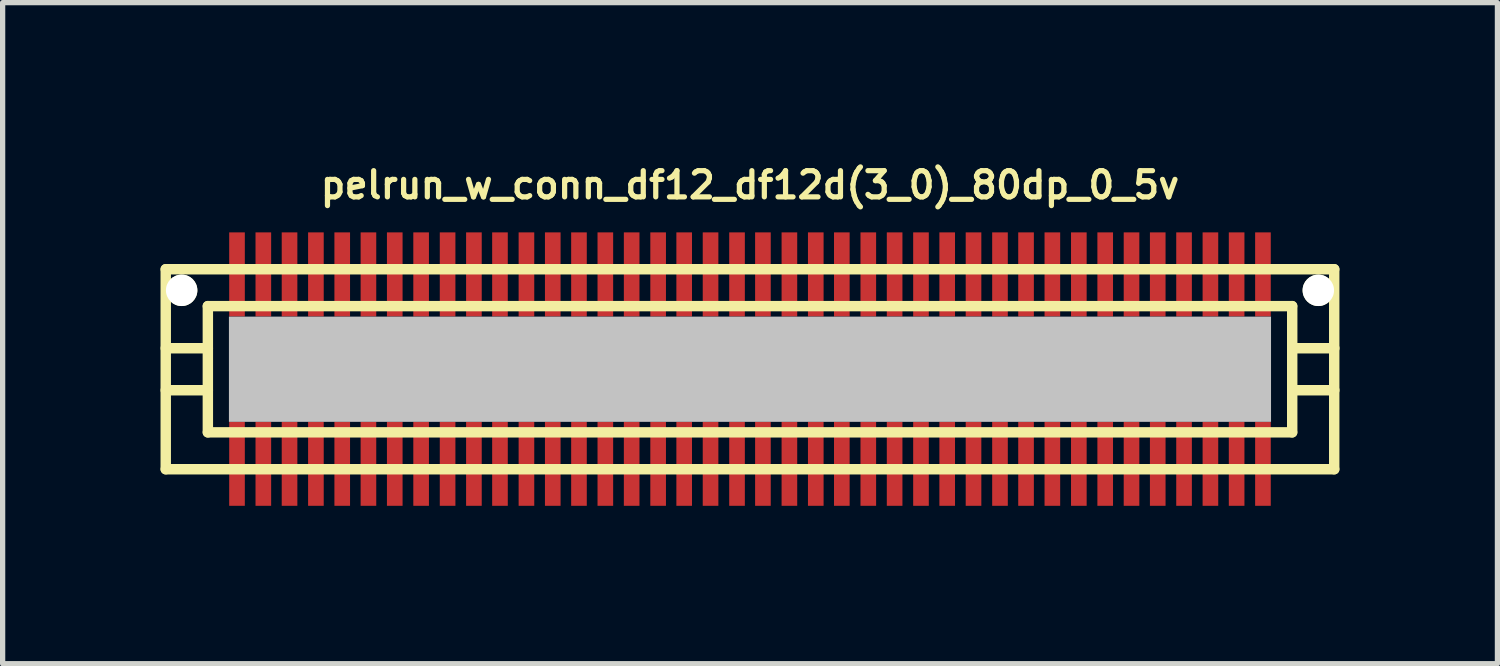
<source format=kicad_pcb>
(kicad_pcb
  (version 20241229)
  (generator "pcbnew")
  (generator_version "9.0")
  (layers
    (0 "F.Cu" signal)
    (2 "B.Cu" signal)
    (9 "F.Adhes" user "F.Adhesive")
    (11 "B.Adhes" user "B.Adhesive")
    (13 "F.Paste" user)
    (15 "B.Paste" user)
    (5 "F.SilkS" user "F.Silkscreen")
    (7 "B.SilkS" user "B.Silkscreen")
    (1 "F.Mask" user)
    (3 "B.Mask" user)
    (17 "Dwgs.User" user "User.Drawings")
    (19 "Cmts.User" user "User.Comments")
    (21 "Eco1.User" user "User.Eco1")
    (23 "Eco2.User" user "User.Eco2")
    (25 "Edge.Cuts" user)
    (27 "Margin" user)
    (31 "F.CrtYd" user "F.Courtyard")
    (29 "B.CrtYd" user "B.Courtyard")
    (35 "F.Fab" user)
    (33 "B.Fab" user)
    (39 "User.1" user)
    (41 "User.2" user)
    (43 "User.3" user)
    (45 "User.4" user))
  (footprint "pelrun_w_conn_df12_df12d(3_0)_80dp_0_5v"
    (layer "F.Cu")
    (at 11.199 3.965)
    (property "Reference" "pelrun_w_conn_df12_df12d(3_0)_80dp_0_5v" (at 0 -3.5 0) (layer "F.SilkS") (effects (font (size 0.498 0.498) (thickness 0.099))))
    (attr through_hole)
    (fp_line (start -11.1 -1.9) (end -11.1 1.9) (stroke (width 0.198) (type solid)) (layer "F.SilkS"))
    (fp_line (start -11.1 -1.9) (end 11.1 -1.9) (stroke (width 0.198) (type solid)) (layer "F.SilkS"))
    (fp_line (start -10.3 -0.399) (end -11.1 -0.399) (stroke (width 0.198) (type solid)) (layer "F.SilkS"))
    (fp_line (start -10.3 0.399) (end -11.1 0.399) (stroke (width 0.198) (type solid)) (layer "F.SilkS"))
    (fp_line (start -10.3 1.199) (end -10.3 -1.199) (stroke (width 0.198) (type solid)) (layer "F.SilkS"))
    (fp_line (start -10.3 1.199) (end 10.3 1.199) (stroke (width 0.198) (type solid)) (layer "F.SilkS"))
    (fp_line (start 10.3 -1.199) (end -10.3 -1.199) (stroke (width 0.198) (type solid)) (layer "F.SilkS"))
    (fp_line (start 10.302 -1.199) (end 10.302 1.199) (stroke (width 0.198) (type solid)) (layer "F.SilkS"))
    (fp_line (start 10.302 -0.399) (end 11.102 -0.399) (stroke (width 0.198) (type solid)) (layer "F.SilkS"))
    (fp_line (start 11.1 1.9) (end -11.1 1.9) (stroke (width 0.198) (type solid)) (layer "F.SilkS"))
    (fp_line (start 11.1 1.9) (end 11.1 -1.9) (stroke (width 0.198) (type solid)) (layer "F.SilkS"))
    (fp_line (start 11.102 0.399) (end 10.302 0.399) (stroke (width 0.198) (type solid)) (layer "F.SilkS"))
    (pad "" np_thru_hole circle (at -10.798 -1.499) (size 0.597 0.597) (drill 0.597) (layers "*.Cu" "*.Mask" "F.SilkS"))
    (pad "" smd rect (at 0 0) (size 19.799 1.999) (layers "Dwgs.User"))
    (pad "" np_thru_hole circle (at 10.798 -1.499) (size 0.597 0.597) (drill 0.597) (layers "*.Cu" "*.Mask" "F.SilkS"))
    (pad "1" smd rect (at 9.746 1.796) (size 0.297 1.598) (layers "F.Cu" "F.Mask" "F.Paste"))
    (pad "2" smd rect (at 9.246 1.796) (size 0.297 1.598) (layers "F.Cu" "F.Mask" "F.Paste"))
    (pad "3" smd rect (at 8.748 1.796) (size 0.297 1.598) (layers "F.Cu" "F.Mask" "F.Paste"))
    (pad "4" smd rect (at 8.247 1.796) (size 0.297 1.598) (layers "F.Cu" "F.Mask" "F.Paste"))
    (pad "5" smd rect (at 7.747 1.796) (size 0.297 1.598) (layers "F.Cu" "F.Mask" "F.Paste"))
    (pad "6" smd rect (at 7.249 1.796) (size 0.297 1.598) (layers "F.Cu" "F.Mask" "F.Paste"))
    (pad "7" smd rect (at 6.749 1.796) (size 0.297 1.598) (layers "F.Cu" "F.Mask" "F.Paste"))
    (pad "8" smd rect (at 6.248 1.796) (size 0.297 1.598) (layers "F.Cu" "F.Mask" "F.Paste"))
    (pad "9" smd rect (at 5.745 1.796) (size 0.297 1.598) (layers "F.Cu" "F.Mask" "F.Paste"))
    (pad "10" smd rect (at 5.245 1.796) (size 0.297 1.598) (layers "F.Cu" "F.Mask" "F.Paste"))
    (pad "11" smd rect (at 4.75 1.796) (size 0.297 1.598) (layers "F.Cu" "F.Mask" "F.Paste"))
    (pad "12" smd rect (at 4.247 1.796) (size 0.297 1.598) (layers "F.Cu" "F.Mask" "F.Paste"))
    (pad "13" smd rect (at 3.747 1.796) (size 0.297 1.598) (layers "F.Cu" "F.Mask" "F.Paste"))
    (pad "14" smd rect (at 3.249 1.796) (size 0.297 1.598) (layers "F.Cu" "F.Mask" "F.Paste"))
    (pad "15" smd rect (at 2.748 1.796) (size 0.297 1.598) (layers "F.Cu" "F.Mask" "F.Paste"))
    (pad "16" smd rect (at 2.248 1.796) (size 0.297 1.598) (layers "F.Cu" "F.Mask" "F.Paste"))
    (pad "17" smd rect (at 1.745 1.796) (size 0.297 1.598) (layers "F.Cu" "F.Mask" "F.Paste"))
    (pad "18" smd rect (at 1.25 1.796) (size 0.297 1.598) (layers "F.Cu" "F.Mask" "F.Paste"))
    (pad "19" smd rect (at 0.749 1.796) (size 0.297 1.598) (layers "F.Cu" "F.Mask" "F.Paste"))
    (pad "20" smd rect (at 0.246 1.796) (size 0.297 1.598) (layers "F.Cu" "F.Mask" "F.Paste"))
    (pad "21" smd rect (at -0.246 1.796) (size 0.297 1.598) (layers "F.Cu" "F.Mask" "F.Paste"))
    (pad "22" smd rect (at -0.749 1.796) (size 0.297 1.598) (layers "F.Cu" "F.Mask" "F.Paste"))
    (pad "23" smd rect (at -1.25 1.796) (size 0.297 1.598) (layers "F.Cu" "F.Mask" "F.Paste"))
    (pad "24" smd rect (at -1.745 1.796) (size 0.297 1.598) (layers "F.Cu" "F.Mask" "F.Paste"))
    (pad "25" smd rect (at -2.248 1.796) (size 0.297 1.598) (layers "F.Cu" "F.Mask" "F.Paste"))
    (pad "26" smd rect (at -2.748 1.796) (size 0.297 1.598) (layers "F.Cu" "F.Mask" "F.Paste"))
    (pad "27" smd rect (at -3.249 1.796) (size 0.297 1.598) (layers "F.Cu" "F.Mask" "F.Paste"))
    (pad "28" smd rect (at -3.747 1.796) (size 0.297 1.598) (layers "F.Cu" "F.Mask" "F.Paste"))
    (pad "29" smd rect (at -4.247 1.796) (size 0.297 1.598) (layers "F.Cu" "F.Mask" "F.Paste"))
    (pad "30" smd rect (at -4.75 1.796) (size 0.297 1.598) (layers "F.Cu" "F.Mask" "F.Paste"))
    (pad "31" smd rect (at -5.245 1.796) (size 0.297 1.598) (layers "F.Cu" "F.Mask" "F.Paste"))
    (pad "32" smd rect (at -5.745 1.796) (size 0.297 1.598) (layers "F.Cu" "F.Mask" "F.Paste"))
    (pad "33" smd rect (at -6.248 1.796) (size 0.297 1.598) (layers "F.Cu" "F.Mask" "F.Paste"))
    (pad "34" smd rect (at -6.749 1.796) (size 0.297 1.598) (layers "F.Cu" "F.Mask" "F.Paste"))
    (pad "35" smd rect (at -7.249 1.796) (size 0.297 1.598) (layers "F.Cu" "F.Mask" "F.Paste"))
    (pad "36" smd rect (at -7.747 1.796) (size 0.297 1.598) (layers "F.Cu" "F.Mask" "F.Paste"))
    (pad "37" smd rect (at -8.247 1.796) (size 0.297 1.598) (layers "F.Cu" "F.Mask" "F.Paste"))
    (pad "38" smd rect (at -8.748 1.796) (size 0.297 1.598) (layers "F.Cu" "F.Mask" "F.Paste"))
    (pad "39" smd rect (at -9.246 1.796) (size 0.297 1.598) (layers "F.Cu" "F.Mask" "F.Paste"))
    (pad "40" smd rect (at -9.746 1.796) (size 0.297 1.598) (layers "F.Cu" "F.Mask" "F.Paste"))
    (pad "41" smd rect (at -9.746 -1.801) (size 0.297 1.598) (layers "F.Cu" "F.Mask" "F.Paste"))
    (pad "42" smd rect (at -9.246 -1.801) (size 0.297 1.598) (layers "F.Cu" "F.Mask" "F.Paste"))
    (pad "43" smd rect (at -8.748 -1.801) (size 0.297 1.598) (layers "F.Cu" "F.Mask" "F.Paste"))
    (pad "44" smd rect (at -8.247 -1.801) (size 0.297 1.598) (layers "F.Cu" "F.Mask" "F.Paste"))
    (pad "45" smd rect (at -7.747 -1.801) (size 0.297 1.598) (layers "F.Cu" "F.Mask" "F.Paste"))
    (pad "46" smd rect (at -7.249 -1.801) (size 0.297 1.598) (layers "F.Cu" "F.Mask" "F.Paste"))
    (pad "47" smd rect (at -6.749 -1.801) (size 0.297 1.598) (layers "F.Cu" "F.Mask" "F.Paste"))
    (pad "48" smd rect (at -6.248 -1.801) (size 0.297 1.598) (layers "F.Cu" "F.Mask" "F.Paste"))
    (pad "49" smd rect (at -5.745 -1.801) (size 0.297 1.598) (layers "F.Cu" "F.Mask" "F.Paste"))
    (pad "50" smd rect (at -5.245 -1.801) (size 0.297 1.598) (layers "F.Cu" "F.Mask" "F.Paste"))
    (pad "51" smd rect (at -4.75 -1.801) (size 0.297 1.598) (layers "F.Cu" "F.Mask" "F.Paste"))
    (pad "52" smd rect (at -4.247 -1.801) (size 0.297 1.598) (layers "F.Cu" "F.Mask" "F.Paste"))
    (pad "53" smd rect (at -3.747 -1.801) (size 0.297 1.598) (layers "F.Cu" "F.Mask" "F.Paste"))
    (pad "54" smd rect (at -3.249 -1.801) (size 0.297 1.598) (layers "F.Cu" "F.Mask" "F.Paste"))
    (pad "55" smd rect (at -2.748 -1.801) (size 0.297 1.598) (layers "F.Cu" "F.Mask" "F.Paste"))
    (pad "56" smd rect (at -2.248 -1.801) (size 0.297 1.598) (layers "F.Cu" "F.Mask" "F.Paste"))
    (pad "57" smd rect (at -1.745 -1.801) (size 0.297 1.598) (layers "F.Cu" "F.Mask" "F.Paste"))
    (pad "58" smd rect (at -1.25 -1.801) (size 0.297 1.598) (layers "F.Cu" "F.Mask" "F.Paste"))
    (pad "59" smd rect (at -0.749 -1.801) (size 0.297 1.598) (layers "F.Cu" "F.Mask" "F.Paste"))
    (pad "60" smd rect (at -0.246 -1.801) (size 0.297 1.598) (layers "F.Cu" "F.Mask" "F.Paste"))
    (pad "61" smd rect (at 0.246 -1.801) (size 0.297 1.598) (layers "F.Cu" "F.Mask" "F.Paste"))
    (pad "62" smd rect (at 0.749 -1.801) (size 0.297 1.598) (layers "F.Cu" "F.Mask" "F.Paste"))
    (pad "63" smd rect (at 1.25 -1.801) (size 0.297 1.598) (layers "F.Cu" "F.Mask" "F.Paste"))
    (pad "64" smd rect (at 1.745 -1.801) (size 0.297 1.598) (layers "F.Cu" "F.Mask" "F.Paste"))
    (pad "65" smd rect (at 2.248 -1.801) (size 0.297 1.598) (layers "F.Cu" "F.Mask" "F.Paste"))
    (pad "66" smd rect (at 2.748 -1.801) (size 0.297 1.598) (layers "F.Cu" "F.Mask" "F.Paste"))
    (pad "67" smd rect (at 3.249 -1.801) (size 0.297 1.598) (layers "F.Cu" "F.Mask" "F.Paste"))
    (pad "68" smd rect (at 3.747 -1.801) (size 0.297 1.598) (layers "F.Cu" "F.Mask" "F.Paste"))
    (pad "69" smd rect (at 4.247 -1.801) (size 0.297 1.598) (layers "F.Cu" "F.Mask" "F.Paste"))
    (pad "70" smd rect (at 4.75 -1.801) (size 0.297 1.598) (layers "F.Cu" "F.Mask" "F.Paste"))
    (pad "71" smd rect (at 5.245 -1.801) (size 0.297 1.598) (layers "F.Cu" "F.Mask" "F.Paste"))
    (pad "72" smd rect (at 5.745 -1.801) (size 0.297 1.598) (layers "F.Cu" "F.Mask" "F.Paste"))
    (pad "73" smd rect (at 6.248 -1.801) (size 0.297 1.598) (layers "F.Cu" "F.Mask" "F.Paste"))
    (pad "74" smd rect (at 6.749 -1.801) (size 0.297 1.598) (layers "F.Cu" "F.Mask" "F.Paste"))
    (pad "75" smd rect (at 7.249 -1.801) (size 0.297 1.598) (layers "F.Cu" "F.Mask" "F.Paste"))
    (pad "76" smd rect (at 7.747 -1.801) (size 0.297 1.598) (layers "F.Cu" "F.Mask" "F.Paste"))
    (pad "77" smd rect (at 8.247 -1.801) (size 0.297 1.598) (layers "F.Cu" "F.Mask" "F.Paste"))
    (pad "78" smd rect (at 8.748 -1.801) (size 0.297 1.598) (layers "F.Cu" "F.Mask" "F.Paste"))
    (pad "79" smd rect (at 9.246 -1.801) (size 0.297 1.598) (layers "F.Cu" "F.Mask" "F.Paste"))
    (pad "80" smd rect (at 9.746 -1.801) (size 0.297 1.598) (layers "F.Cu" "F.Mask" "F.Paste")))
  (gr_rect
    (start -3 -3)
    (end 25.4 9.56)
    (stroke (width 0.1) (type default))
    (fill no)
    (layer "Edge.Cuts")))
</source>
